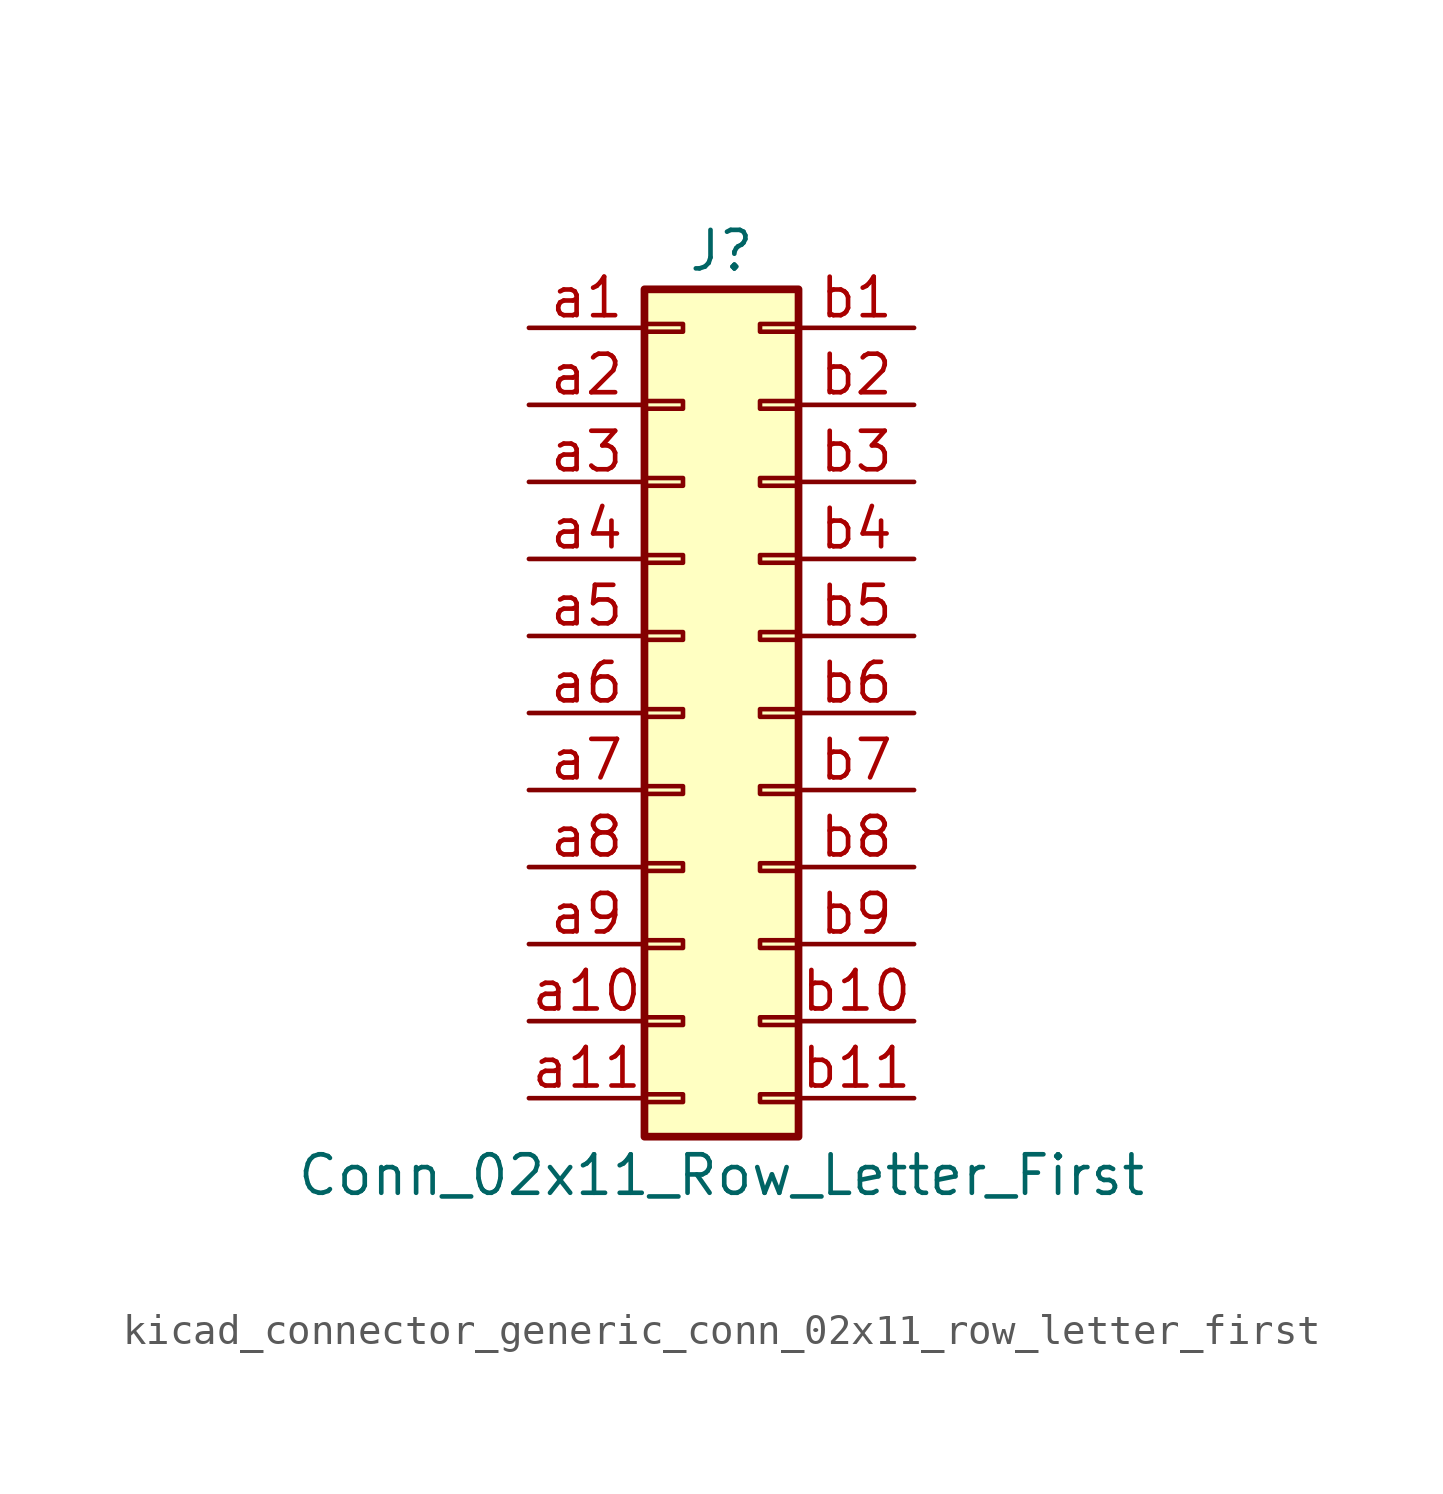
<source format=kicad_sym>
(kicad_symbol_lib
  (version 20220914)
  (generator kicad_symbol_editor)
  (symbol "kicad_connector_generic_conn_02x11_row_letter_first"
    (pin_names
      (offset 1.016) hide)
    (property "Reference" "J"
      (at 1.27 15.24 0)
      (effects (font (size 1.27 1.27))))
    (property "Value" "Conn_02x11_Row_Letter_First"
      (at 1.27 -15.24 0)
      (effects (font (size 1.27 1.27))))
    (symbol "kicad_connector_generic_conn_02x11_row_letter_first_1_1"
      (rectangle (start -1.27 -12.573) (end 0 -12.827) (stroke (width 0.152) (type default)) (fill (type none)))
      (rectangle (start -1.27 -10.033) (end 0 -10.287) (stroke (width 0.152) (type default)) (fill (type none)))
      (rectangle (start -1.27 -7.493) (end 0 -7.747) (stroke (width 0.152) (type default)) (fill (type none)))
      (rectangle (start -1.27 -4.953) (end 0 -5.207) (stroke (width 0.152) (type default)) (fill (type none)))
      (rectangle (start -1.27 -2.413) (end 0 -2.667) (stroke (width 0.152) (type default)) (fill (type none)))
      (rectangle (start -1.27 0.127) (end 0 -0.127) (stroke (width 0.152) (type default)) (fill (type none)))
      (rectangle (start -1.27 2.667) (end 0 2.413) (stroke (width 0.152) (type default)) (fill (type none)))
      (rectangle (start -1.27 5.207) (end 0 4.953) (stroke (width 0.152) (type default)) (fill (type none)))
      (rectangle (start -1.27 7.747) (end 0 7.493) (stroke (width 0.152) (type default)) (fill (type none)))
      (rectangle (start -1.27 10.287) (end 0 10.033) (stroke (width 0.152) (type default)) (fill (type none)))
      (rectangle (start -1.27 12.827) (end 0 12.573) (stroke (width 0.152) (type default)) (fill (type none)))
      (rectangle (start -1.27 13.97) (end 3.81 -13.97) (stroke (width 0.254) (type default)) (fill (type background)))
      (rectangle (start 3.81 -12.573) (end 2.54 -12.827) (stroke (width 0.152) (type default)) (fill (type none)))
      (rectangle (start 3.81 -10.033) (end 2.54 -10.287) (stroke (width 0.152) (type default)) (fill (type none)))
      (rectangle (start 3.81 -7.493) (end 2.54 -7.747) (stroke (width 0.152) (type default)) (fill (type none)))
      (rectangle (start 3.81 -4.953) (end 2.54 -5.207) (stroke (width 0.152) (type default)) (fill (type none)))
      (rectangle (start 3.81 -2.413) (end 2.54 -2.667) (stroke (width 0.152) (type default)) (fill (type none)))
      (rectangle (start 3.81 0.127) (end 2.54 -0.127) (stroke (width 0.152) (type default)) (fill (type none)))
      (rectangle (start 3.81 2.667) (end 2.54 2.413) (stroke (width 0.152) (type default)) (fill (type none)))
      (rectangle (start 3.81 5.207) (end 2.54 4.953) (stroke (width 0.152) (type default)) (fill (type none)))
      (rectangle (start 3.81 7.747) (end 2.54 7.493) (stroke (width 0.152) (type default)) (fill (type none)))
      (rectangle (start 3.81 10.287) (end 2.54 10.033) (stroke (width 0.152) (type default)) (fill (type none)))
      (rectangle (start 3.81 12.827) (end 2.54 12.573) (stroke (width 0.152) (type default)) (fill (type none)))
      (pin passive line (at -5.08 12.7 0) (length 3.81) (name "Pin_a1" (effects (font (size 1.27 1.27)))) (number "a1" (effects (font (size 1.27 1.27)))))
      (pin passive line (at -5.08 -10.16 0) (length 3.81) (name "Pin_a10" (effects (font (size 1.27 1.27)))) (number "a10" (effects (font (size 1.27 1.27)))))
      (pin passive line (at -5.08 -12.7 0) (length 3.81) (name "Pin_a11" (effects (font (size 1.27 1.27)))) (number "a11" (effects (font (size 1.27 1.27)))))
      (pin passive line (at -5.08 10.16 0) (length 3.81) (name "Pin_a2" (effects (font (size 1.27 1.27)))) (number "a2" (effects (font (size 1.27 1.27)))))
      (pin passive line (at -5.08 7.62 0) (length 3.81) (name "Pin_a3" (effects (font (size 1.27 1.27)))) (number "a3" (effects (font (size 1.27 1.27)))))
      (pin passive line (at -5.08 5.08 0) (length 3.81) (name "Pin_a4" (effects (font (size 1.27 1.27)))) (number "a4" (effects (font (size 1.27 1.27)))))
      (pin passive line (at -5.08 2.54 0) (length 3.81) (name "Pin_a5" (effects (font (size 1.27 1.27)))) (number "a5" (effects (font (size 1.27 1.27)))))
      (pin passive line (at -5.08 0 0) (length 3.81) (name "Pin_a6" (effects (font (size 1.27 1.27)))) (number "a6" (effects (font (size 1.27 1.27)))))
      (pin passive line (at -5.08 -2.54 0) (length 3.81) (name "Pin_a7" (effects (font (size 1.27 1.27)))) (number "a7" (effects (font (size 1.27 1.27)))))
      (pin passive line (at -5.08 -5.08 0) (length 3.81) (name "Pin_a8" (effects (font (size 1.27 1.27)))) (number "a8" (effects (font (size 1.27 1.27)))))
      (pin passive line (at -5.08 -7.62 0) (length 3.81) (name "Pin_a9" (effects (font (size 1.27 1.27)))) (number "a9" (effects (font (size 1.27 1.27)))))
      (pin passive line (at 7.62 12.7 180) (length 3.81) (name "Pin_b1" (effects (font (size 1.27 1.27)))) (number "b1" (effects (font (size 1.27 1.27)))))
      (pin passive line (at 7.62 -10.16 180) (length 3.81) (name "Pin_b10" (effects (font (size 1.27 1.27)))) (number "b10" (effects (font (size 1.27 1.27)))))
      (pin passive line (at 7.62 -12.7 180) (length 3.81) (name "Pin_b11" (effects (font (size 1.27 1.27)))) (number "b11" (effects (font (size 1.27 1.27)))))
      (pin passive line (at 7.62 10.16 180) (length 3.81) (name "Pin_b2" (effects (font (size 1.27 1.27)))) (number "b2" (effects (font (size 1.27 1.27)))))
      (pin passive line (at 7.62 7.62 180) (length 3.81) (name "Pin_b3" (effects (font (size 1.27 1.27)))) (number "b3" (effects (font (size 1.27 1.27)))))
      (pin passive line (at 7.62 5.08 180) (length 3.81) (name "Pin_b4" (effects (font (size 1.27 1.27)))) (number "b4" (effects (font (size 1.27 1.27)))))
      (pin passive line (at 7.62 2.54 180) (length 3.81) (name "Pin_b5" (effects (font (size 1.27 1.27)))) (number "b5" (effects (font (size 1.27 1.27)))))
      (pin passive line (at 7.62 0 180) (length 3.81) (name "Pin_b6" (effects (font (size 1.27 1.27)))) (number "b6" (effects (font (size 1.27 1.27)))))
      (pin passive line (at 7.62 -2.54 180) (length 3.81) (name "Pin_b7" (effects (font (size 1.27 1.27)))) (number "b7" (effects (font (size 1.27 1.27)))))
      (pin passive line (at 7.62 -5.08 180) (length 3.81) (name "Pin_b8" (effects (font (size 1.27 1.27)))) (number "b8" (effects (font (size 1.27 1.27)))))
      (pin passive line (at 7.62 -7.62 180) (length 3.81) (name "Pin_b9" (effects (font (size 1.27 1.27)))) (number "b9" (effects (font (size 1.27 1.27))))))))
</source>
